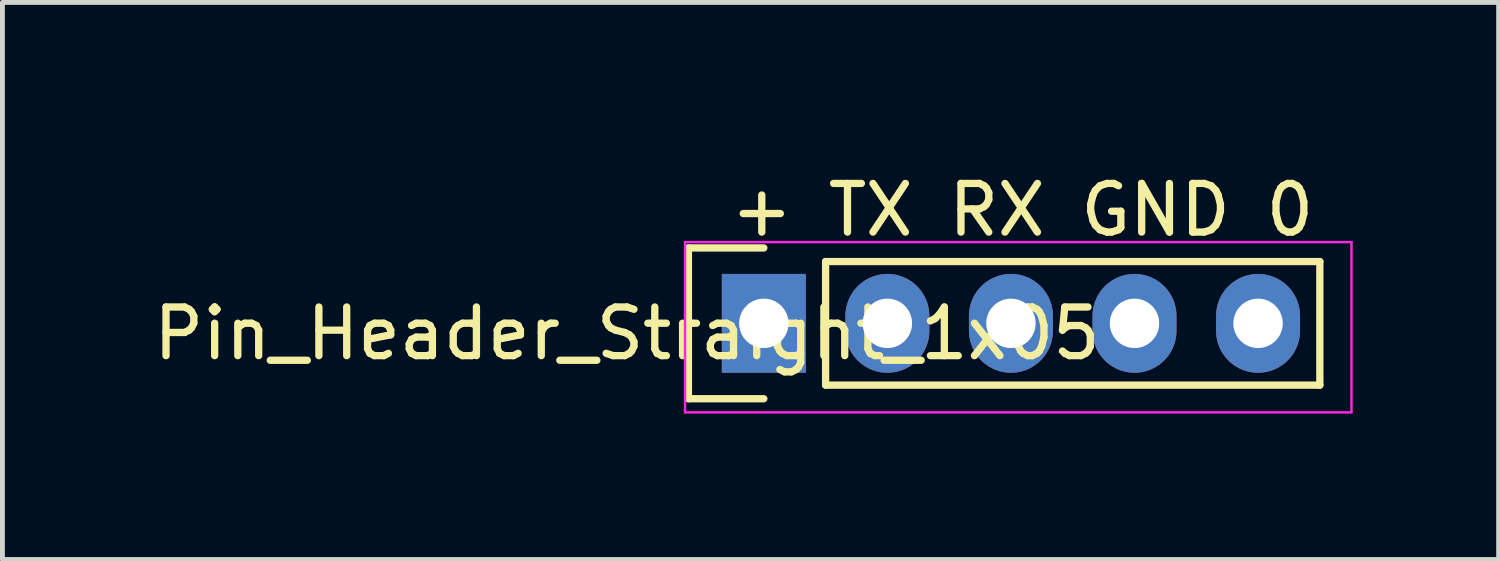
<source format=kicad_pcb>
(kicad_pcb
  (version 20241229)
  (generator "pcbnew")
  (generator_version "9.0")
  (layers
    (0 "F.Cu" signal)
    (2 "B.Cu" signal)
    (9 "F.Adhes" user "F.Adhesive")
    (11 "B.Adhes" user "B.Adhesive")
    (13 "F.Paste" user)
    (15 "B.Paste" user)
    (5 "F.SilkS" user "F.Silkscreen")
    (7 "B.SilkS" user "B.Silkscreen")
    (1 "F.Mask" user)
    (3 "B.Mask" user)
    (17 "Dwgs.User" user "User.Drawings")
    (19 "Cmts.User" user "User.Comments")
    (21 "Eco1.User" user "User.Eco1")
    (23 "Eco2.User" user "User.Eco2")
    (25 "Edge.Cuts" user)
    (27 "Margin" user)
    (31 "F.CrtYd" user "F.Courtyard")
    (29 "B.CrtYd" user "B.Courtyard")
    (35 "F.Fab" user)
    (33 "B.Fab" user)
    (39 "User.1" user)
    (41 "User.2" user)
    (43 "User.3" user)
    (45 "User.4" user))
  (footprint "Pin_Header_Straight_1x05"
    (layer "F.Cu")
    (at 17.967 0.25)
    (property "Reference" "Pin_Header_Straight_1x05" (at -8.128 3.556 180) (layer "F.SilkS") (effects (font (size 1 1) (thickness 0.15))))
    (attr through_hole)
    (fp_line (start -6.865 1.797) (end -5.315 1.797) (stroke (width 0.15) (type solid)) (layer "F.SilkS"))
    (fp_line (start -6.865 4.897) (end -6.865 1.797) (stroke (width 0.15) (type solid)) (layer "F.SilkS"))
    (fp_line (start -5.315 4.897) (end -6.865 4.897) (stroke (width 0.15) (type solid)) (layer "F.SilkS"))
    (fp_line (start -4.045 2.077) (end -4.045 4.617) (stroke (width 0.15) (type solid)) (layer "F.SilkS"))
    (fp_line (start -4.045 2.077) (end 6.115 2.077) (stroke (width 0.15) (type solid)) (layer "F.SilkS"))
    (fp_line (start 6.115 2.077) (end 6.115 4.617) (stroke (width 0.15) (type solid)) (layer "F.SilkS"))
    (fp_line (start 6.115 4.617) (end -4.045 4.617) (stroke (width 0.15) (type solid)) (layer "F.SilkS"))
    (fp_line (start -6.935 1.677) (end 6.765 1.677) (stroke (width 0.05) (type solid)) (layer "F.CrtYd"))
    (fp_line (start -6.935 5.177) (end -6.935 1.677) (stroke (width 0.05) (type solid)) (layer "F.CrtYd"))
    (fp_line (start -6.935 5.177) (end 6.765 5.177) (stroke (width 0.05) (type solid)) (layer "F.CrtYd"))
    (fp_line (start 6.765 5.177) (end 6.765 1.677) (stroke (width 0.05) (type solid)) (layer "F.CrtYd"))
    (fp_text user "+ TX RX GND 0" (at 0 1.016 0) (layer "F.SilkS") (effects (font (size 1 1) (thickness 0.15))))
    (pad "1" thru_hole rect (at -5.315 3.347 90) (size 2.032 1.727) (drill 1.016) (layers "*.Cu" "*.Mask"))
    (pad "2" thru_hole oval (at -2.775 3.347 90) (size 2.032 1.727) (drill 1.016) (layers "*.Cu" "*.Mask"))
    (pad "3" thru_hole oval (at -0.235 3.347 90) (size 2.032 1.727) (drill 1.016) (layers "*.Cu" "*.Mask"))
    (pad "4" thru_hole oval (at 2.305 3.347 90) (size 2.032 1.727) (drill 1.016) (layers "*.Cu" "*.Mask"))
    (pad "5" thru_hole oval (at 4.845 3.347 90) (size 2.032 1.727) (drill 1.016) (layers "*.Cu" "*.Mask")))
  (gr_rect
    (start -3 -3)
    (end 27.758 8.452)
    (stroke (width 0.1) (type default))
    (fill no)
    (layer "Edge.Cuts")))
</source>
